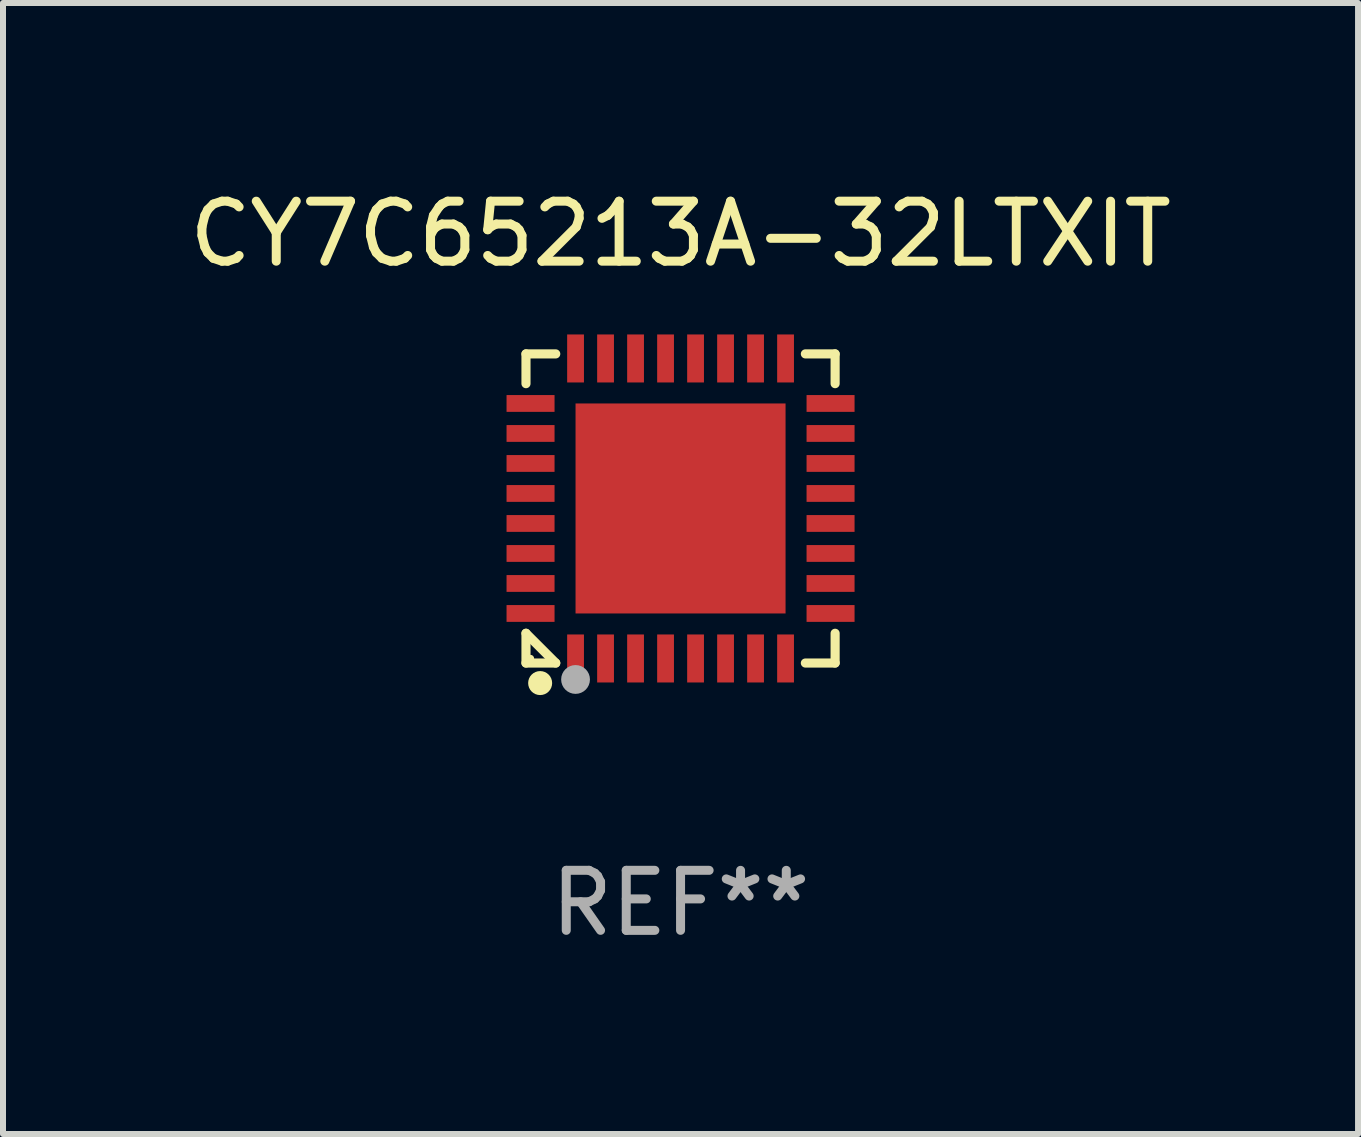
<source format=kicad_pcb>
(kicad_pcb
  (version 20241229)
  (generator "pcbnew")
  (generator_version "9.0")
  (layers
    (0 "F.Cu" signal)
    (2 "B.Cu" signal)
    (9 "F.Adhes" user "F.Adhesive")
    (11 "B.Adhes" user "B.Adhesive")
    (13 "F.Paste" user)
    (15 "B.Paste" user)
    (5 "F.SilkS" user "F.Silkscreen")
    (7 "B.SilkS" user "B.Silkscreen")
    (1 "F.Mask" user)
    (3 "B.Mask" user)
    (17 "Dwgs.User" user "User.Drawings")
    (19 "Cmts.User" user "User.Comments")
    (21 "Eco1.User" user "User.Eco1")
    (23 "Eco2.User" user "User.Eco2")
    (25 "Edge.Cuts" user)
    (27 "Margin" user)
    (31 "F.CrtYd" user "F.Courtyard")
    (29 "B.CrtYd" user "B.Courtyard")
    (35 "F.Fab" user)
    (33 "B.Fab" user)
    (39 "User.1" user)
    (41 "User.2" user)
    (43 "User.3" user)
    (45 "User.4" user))
  (footprint "CY7C65213A-32LTXIT"
    (layer "F.Cu")
    (at 8.292 5.424)
    (property "Reference" "CY7C65213A-32LTXIT" (at 0 -4.576 0) (layer "F.SilkS") (effects (font (size 1 1) (thickness 0.15))))
    (attr through_hole)
    (fp_line (start -2.576 -2.576) (end -2.08 -2.576) (stroke (width 0.152) (type solid)) (layer "F.SilkS"))
    (fp_line (start -2.576 -2.08) (end -2.576 -2.576) (stroke (width 0.152) (type solid)) (layer "F.SilkS"))
    (fp_line (start -2.576 2.08) (end -2.576 2.576) (stroke (width 0.152) (type solid)) (layer "F.SilkS"))
    (fp_line (start -2.576 2.08) (end -2.08 2.576) (stroke (width 0.152) (type solid)) (layer "F.SilkS"))
    (fp_line (start -2.576 2.576) (end -2.08 2.576) (stroke (width 0.152) (type solid)) (layer "F.SilkS"))
    (fp_line (start 2.576 -2.576) (end 2.08 -2.576) (stroke (width 0.152) (type solid)) (layer "F.SilkS"))
    (fp_line (start 2.576 -2.08) (end 2.576 -2.576) (stroke (width 0.152) (type solid)) (layer "F.SilkS"))
    (fp_line (start 2.576 2.08) (end 2.576 2.576) (stroke (width 0.152) (type solid)) (layer "F.SilkS"))
    (fp_line (start 2.576 2.576) (end 2.08 2.576) (stroke (width 0.152) (type solid)) (layer "F.SilkS"))
    (fp_circle (center -2.5 2.5) (end -2.47 2.5) (stroke (width 0.06) (type solid)) (fill no) (layer "F.SilkS"))
    (fp_circle (center -2.34 2.91) (end -2.24 2.91) (stroke (width 0.2) (type solid)) (fill no) (layer "F.SilkS"))
    (fp_circle (center -1.75 2.85) (end -1.63 2.85) (stroke (width 0.24) (type solid)) (fill no) (layer "F.Fab"))
    (fp_text user "REF**" (at 0 6.576 0) (layer "F.Fab") (effects (font (size 1 1) (thickness 0.15))))
    (pad "1" smd rect (at -1.75 2.5) (size 0.28 0.8) (layers "F.Cu" "F.Mask" "F.Paste"))
    (pad "2" smd rect (at -1.25 2.5) (size 0.28 0.8) (layers "F.Cu" "F.Mask" "F.Paste"))
    (pad "3" smd rect (at -0.75 2.5) (size 0.28 0.8) (layers "F.Cu" "F.Mask" "F.Paste"))
    (pad "4" smd rect (at -0.25 2.5) (size 0.28 0.8) (layers "F.Cu" "F.Mask" "F.Paste"))
    (pad "5" smd rect (at 0.25 2.5) (size 0.28 0.8) (layers "F.Cu" "F.Mask" "F.Paste"))
    (pad "6" smd rect (at 0.75 2.5) (size 0.28 0.8) (layers "F.Cu" "F.Mask" "F.Paste"))
    (pad "7" smd rect (at 1.25 2.5) (size 0.28 0.8) (layers "F.Cu" "F.Mask" "F.Paste"))
    (pad "8" smd rect (at 1.75 2.5) (size 0.28 0.8) (layers "F.Cu" "F.Mask" "F.Paste"))
    (pad "9" smd rect (at 2.5 1.75) (size 0.8 0.28) (layers "F.Cu" "F.Mask" "F.Paste"))
    (pad "10" smd rect (at 2.5 1.25) (size 0.8 0.28) (layers "F.Cu" "F.Mask" "F.Paste"))
    (pad "11" smd rect (at 2.5 0.75) (size 0.8 0.28) (layers "F.Cu" "F.Mask" "F.Paste"))
    (pad "12" smd rect (at 2.5 0.25) (size 0.8 0.28) (layers "F.Cu" "F.Mask" "F.Paste"))
    (pad "13" smd rect (at 2.5 -0.25) (size 0.8 0.28) (layers "F.Cu" "F.Mask" "F.Paste"))
    (pad "14" smd rect (at 2.5 -0.75) (size 0.8 0.28) (layers "F.Cu" "F.Mask" "F.Paste"))
    (pad "15" smd rect (at 2.5 -1.25) (size 0.8 0.28) (layers "F.Cu" "F.Mask" "F.Paste"))
    (pad "16" smd rect (at 2.5 -1.75) (size 0.8 0.28) (layers "F.Cu" "F.Mask" "F.Paste"))
    (pad "17" smd rect (at 1.75 -2.5) (size 0.28 0.8) (layers "F.Cu" "F.Mask" "F.Paste"))
    (pad "18" smd rect (at 1.25 -2.5) (size 0.28 0.8) (layers "F.Cu" "F.Mask" "F.Paste"))
    (pad "19" smd rect (at 0.75 -2.5) (size 0.28 0.8) (layers "F.Cu" "F.Mask" "F.Paste"))
    (pad "20" smd rect (at 0.25 -2.5) (size 0.28 0.8) (layers "F.Cu" "F.Mask" "F.Paste"))
    (pad "21" smd rect (at -0.25 -2.5) (size 0.28 0.8) (layers "F.Cu" "F.Mask" "F.Paste"))
    (pad "22" smd rect (at -0.75 -2.5) (size 0.28 0.8) (layers "F.Cu" "F.Mask" "F.Paste"))
    (pad "23" smd rect (at -1.25 -2.5) (size 0.28 0.8) (layers "F.Cu" "F.Mask" "F.Paste"))
    (pad "24" smd rect (at -1.75 -2.5) (size 0.28 0.8) (layers "F.Cu" "F.Mask" "F.Paste"))
    (pad "25" smd rect (at -2.5 -1.75) (size 0.8 0.28) (layers "F.Cu" "F.Mask" "F.Paste"))
    (pad "26" smd rect (at -2.5 -1.25) (size 0.8 0.28) (layers "F.Cu" "F.Mask" "F.Paste"))
    (pad "27" smd rect (at -2.5 -0.75) (size 0.8 0.28) (layers "F.Cu" "F.Mask" "F.Paste"))
    (pad "28" smd rect (at -2.5 -0.25) (size 0.8 0.28) (layers "F.Cu" "F.Mask" "F.Paste"))
    (pad "29" smd rect (at -2.5 0.25) (size 0.8 0.28) (layers "F.Cu" "F.Mask" "F.Paste"))
    (pad "30" smd rect (at -2.5 0.75) (size 0.8 0.28) (layers "F.Cu" "F.Mask" "F.Paste"))
    (pad "31" smd rect (at -2.5 1.25) (size 0.8 0.28) (layers "F.Cu" "F.Mask" "F.Paste"))
    (pad "32" smd rect (at -2.5 1.75) (size 0.8 0.28) (layers "F.Cu" "F.Mask" "F.Paste"))
    (pad "33" smd rect (at 0 0) (size 3.5 3.5) (layers "F.Cu" "F.Mask" "F.Paste")))
  (gr_rect
    (start -3 -3)
    (end 19.583 15.849)
    (stroke (width 0.1) (type default))
    (fill no)
    (layer "Edge.Cuts")))
</source>
